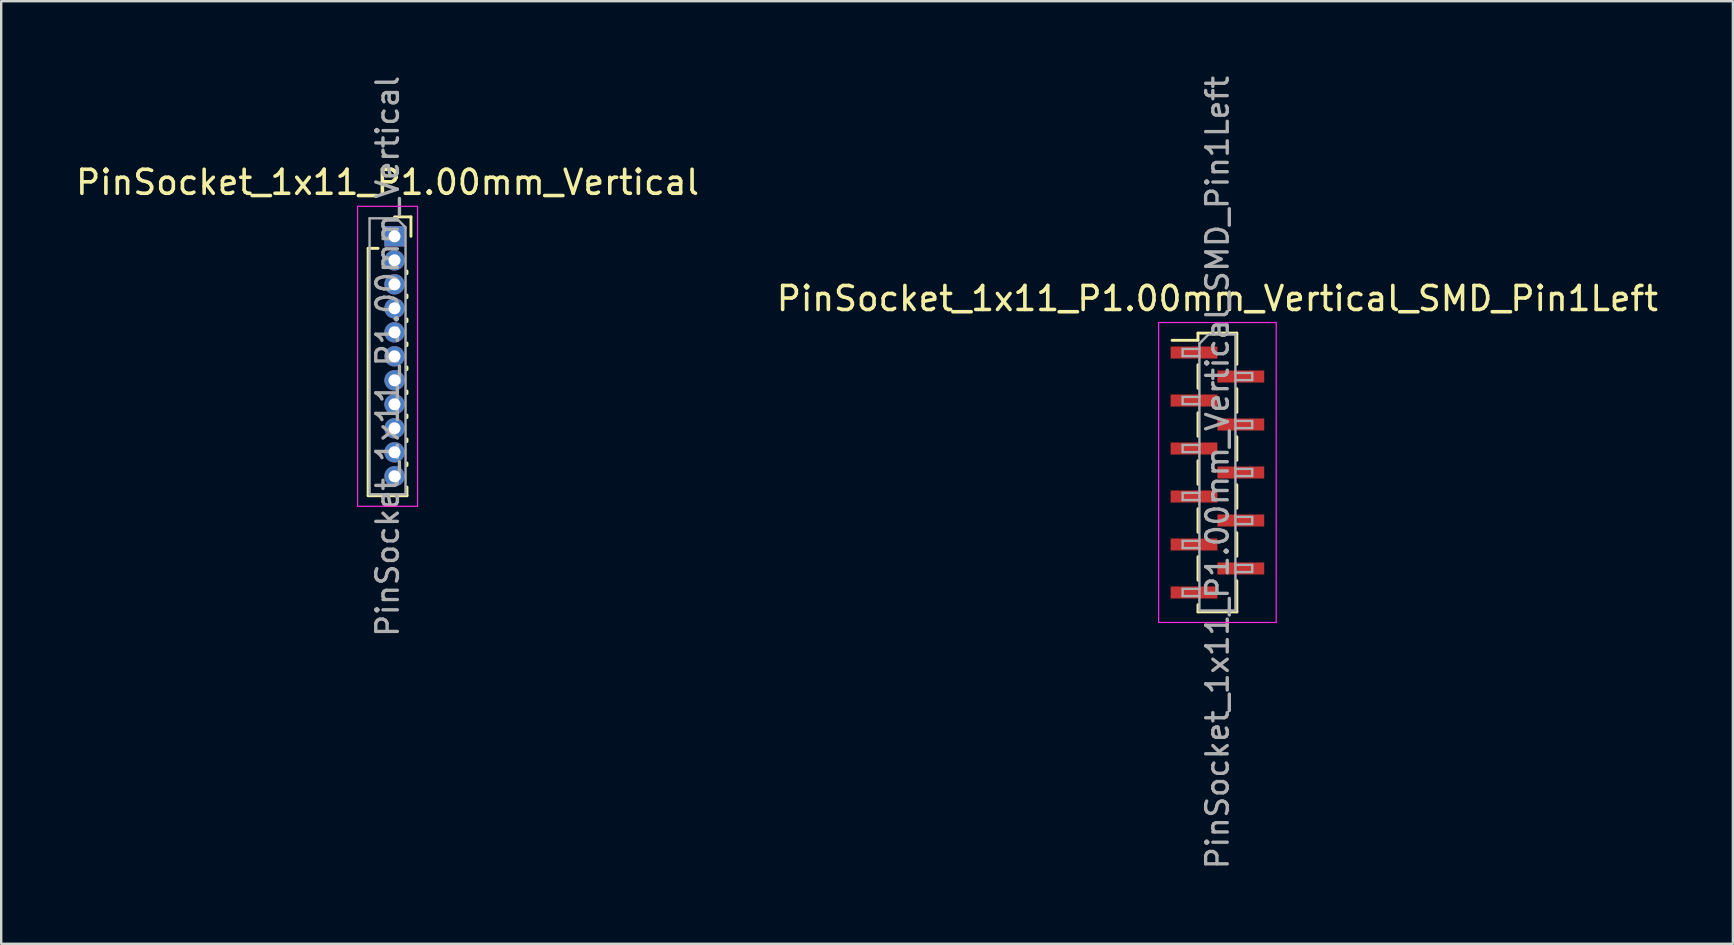
<source format=kicad_pcb>
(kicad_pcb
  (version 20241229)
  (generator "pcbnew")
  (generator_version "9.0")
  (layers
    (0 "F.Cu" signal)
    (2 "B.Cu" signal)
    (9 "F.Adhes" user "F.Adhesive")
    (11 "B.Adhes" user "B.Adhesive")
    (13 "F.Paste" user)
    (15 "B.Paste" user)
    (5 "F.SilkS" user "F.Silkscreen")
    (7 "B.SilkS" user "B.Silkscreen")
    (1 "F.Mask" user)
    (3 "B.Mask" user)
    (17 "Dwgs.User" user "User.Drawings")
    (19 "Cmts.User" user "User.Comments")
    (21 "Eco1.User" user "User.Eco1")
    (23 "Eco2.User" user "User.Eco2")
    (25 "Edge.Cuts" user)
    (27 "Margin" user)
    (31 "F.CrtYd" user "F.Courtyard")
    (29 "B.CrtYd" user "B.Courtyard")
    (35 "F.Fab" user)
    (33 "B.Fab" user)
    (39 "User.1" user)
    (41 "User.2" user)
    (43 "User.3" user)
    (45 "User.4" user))
  (footprint "PinSocket_1x11_P1.00mm_Vertical"
    (layer "F.Cu")
    (at 13.391 6.799)
    (property "Reference" "PinSocket_1x11_P1.00mm_Vertical" (at -0.29 -2.25 0) (layer "F.SilkS") (effects (font (size 1 1) (thickness 0.15))))
    (attr through_hole)
    (fp_line (start -1.1 0.5) (end -1.1 10.81) (stroke (width 0.12) (type solid)) (layer "F.SilkS"))
    (fp_line (start -1.1 0.5) (end -0.685 0.5) (stroke (width 0.12) (type solid)) (layer "F.SilkS"))
    (fp_line (start -1.1 10.81) (end 0.52 10.81) (stroke (width 0.12) (type solid)) (layer "F.SilkS"))
    (fp_line (start 0 -0.81) (end 0.685 -0.81) (stroke (width 0.12) (type solid)) (layer "F.SilkS"))
    (fp_line (start 0.52 1.446) (end 0.52 1.554) (stroke (width 0.12) (type solid)) (layer "F.SilkS"))
    (fp_line (start 0.52 2.446) (end 0.52 2.554) (stroke (width 0.12) (type solid)) (layer "F.SilkS"))
    (fp_line (start 0.52 3.446) (end 0.52 3.554) (stroke (width 0.12) (type solid)) (layer "F.SilkS"))
    (fp_line (start 0.52 4.446) (end 0.52 4.554) (stroke (width 0.12) (type solid)) (layer "F.SilkS"))
    (fp_line (start 0.52 5.446) (end 0.52 5.554) (stroke (width 0.12) (type solid)) (layer "F.SilkS"))
    (fp_line (start 0.52 6.446) (end 0.52 6.554) (stroke (width 0.12) (type solid)) (layer "F.SilkS"))
    (fp_line (start 0.52 7.446) (end 0.52 7.554) (stroke (width 0.12) (type solid)) (layer "F.SilkS"))
    (fp_line (start 0.52 8.446) (end 0.52 8.554) (stroke (width 0.12) (type solid)) (layer "F.SilkS"))
    (fp_line (start 0.52 9.446) (end 0.52 9.554) (stroke (width 0.12) (type solid)) (layer "F.SilkS"))
    (fp_line (start 0.52 10.446) (end 0.52 10.81) (stroke (width 0.12) (type solid)) (layer "F.SilkS"))
    (fp_line (start 0.685 -0.81) (end 0.685 0) (stroke (width 0.12) (type solid)) (layer "F.SilkS"))
    (fp_line (start -1.54 -1.25) (end 0.96 -1.25) (stroke (width 0.05) (type solid)) (layer "F.CrtYd"))
    (fp_line (start -1.54 11.25) (end -1.54 -1.25) (stroke (width 0.05) (type solid)) (layer "F.CrtYd"))
    (fp_line (start 0.96 -1.25) (end 0.96 11.25) (stroke (width 0.05) (type solid)) (layer "F.CrtYd"))
    (fp_line (start 0.96 11.25) (end -1.54 11.25) (stroke (width 0.05) (type solid)) (layer "F.CrtYd"))
    (fp_line (start -1.04 -0.75) (end 0.085 -0.75) (stroke (width 0.1) (type solid)) (layer "F.Fab"))
    (fp_line (start -1.04 10.75) (end -1.04 -0.75) (stroke (width 0.1) (type solid)) (layer "F.Fab"))
    (fp_line (start 0.085 -0.75) (end 0.46 -0.375) (stroke (width 0.1) (type solid)) (layer "F.Fab"))
    (fp_line (start 0.46 -0.375) (end 0.46 10.75) (stroke (width 0.1) (type solid)) (layer "F.Fab"))
    (fp_line (start 0.46 10.75) (end -1.04 10.75) (stroke (width 0.1) (type solid)) (layer "F.Fab"))
    (fp_text user "${REFERENCE}" (at -0.29 5 90) (layer "F.Fab") (effects (font (size 0.9 0.9) (thickness 0.14))))
    (pad "1" thru_hole rect (at 0 0) (size 0.85 0.85) (drill 0.5) (layers "*.Cu" "*.Mask"))
    (pad "2" thru_hole oval (at 0 1) (size 0.85 0.85) (drill 0.5) (layers "*.Cu" "*.Mask"))
    (pad "3" thru_hole oval (at 0 2) (size 0.85 0.85) (drill 0.5) (layers "*.Cu" "*.Mask"))
    (pad "4" thru_hole oval (at 0 3) (size 0.85 0.85) (drill 0.5) (layers "*.Cu" "*.Mask"))
    (pad "5" thru_hole oval (at 0 4) (size 0.85 0.85) (drill 0.5) (layers "*.Cu" "*.Mask"))
    (pad "6" thru_hole oval (at 0 5) (size 0.85 0.85) (drill 0.5) (layers "*.Cu" "*.Mask"))
    (pad "7" thru_hole oval (at 0 6) (size 0.85 0.85) (drill 0.5) (layers "*.Cu" "*.Mask"))
    (pad "8" thru_hole oval (at 0 7) (size 0.85 0.85) (drill 0.5) (layers "*.Cu" "*.Mask"))
    (pad "9" thru_hole oval (at 0 8) (size 0.85 0.85) (drill 0.5) (layers "*.Cu" "*.Mask"))
    (pad "10" thru_hole oval (at 0 9) (size 0.85 0.85) (drill 0.5) (layers "*.Cu" "*.Mask"))
    (pad "11" thru_hole oval (at 0 10) (size 0.85 0.85) (drill 0.5) (layers "*.Cu" "*.Mask")))
  (footprint "PinSocket_1x11_P1.00mm_Vertical_SMD_Pin1Left"
    (layer "F.Cu")
    (at 47.685 16.641)
    (property "Reference" "PinSocket_1x11_P1.00mm_Vertical_SMD_Pin1Left" (at 0 -7.25 0) (layer "F.SilkS") (effects (font (size 1 1) (thickness 0.15))))
    (attr smd)
    (fp_line (start -1.89 -5.51) (end -0.81 -5.51) (stroke (width 0.12) (type solid)) (layer "F.SilkS"))
    (fp_line (start -0.81 -5.81) (end -0.81 -5.51) (stroke (width 0.12) (type solid)) (layer "F.SilkS"))
    (fp_line (start -0.81 -5.81) (end 0.81 -5.81) (stroke (width 0.12) (type solid)) (layer "F.SilkS"))
    (fp_line (start -0.81 -4.49) (end -0.81 -3.51) (stroke (width 0.12) (type solid)) (layer "F.SilkS"))
    (fp_line (start -0.81 -2.49) (end -0.81 -1.51) (stroke (width 0.12) (type solid)) (layer "F.SilkS"))
    (fp_line (start -0.81 -0.49) (end -0.81 0.49) (stroke (width 0.12) (type solid)) (layer "F.SilkS"))
    (fp_line (start -0.81 1.51) (end -0.81 2.49) (stroke (width 0.12) (type solid)) (layer "F.SilkS"))
    (fp_line (start -0.81 3.51) (end -0.81 4.49) (stroke (width 0.12) (type solid)) (layer "F.SilkS"))
    (fp_line (start -0.81 5.51) (end -0.81 5.81) (stroke (width 0.12) (type solid)) (layer "F.SilkS"))
    (fp_line (start -0.81 5.81) (end 0.81 5.81) (stroke (width 0.12) (type solid)) (layer "F.SilkS"))
    (fp_line (start 0.81 -5.81) (end 0.81 -4.51) (stroke (width 0.12) (type solid)) (layer "F.SilkS"))
    (fp_line (start 0.81 -3.49) (end 0.81 -2.51) (stroke (width 0.12) (type solid)) (layer "F.SilkS"))
    (fp_line (start 0.81 -1.49) (end 0.81 -0.51) (stroke (width 0.12) (type solid)) (layer "F.SilkS"))
    (fp_line (start 0.81 0.51) (end 0.81 1.49) (stroke (width 0.12) (type solid)) (layer "F.SilkS"))
    (fp_line (start 0.81 2.51) (end 0.81 3.49) (stroke (width 0.12) (type solid)) (layer "F.SilkS"))
    (fp_line (start 0.81 4.51) (end 0.81 5.81) (stroke (width 0.12) (type solid)) (layer "F.SilkS"))
    (fp_line (start -2.45 -6.25) (end 2.45 -6.25) (stroke (width 0.05) (type solid)) (layer "F.CrtYd"))
    (fp_line (start -2.45 6.25) (end -2.45 -6.25) (stroke (width 0.05) (type solid)) (layer "F.CrtYd"))
    (fp_line (start 2.45 -6.25) (end 2.45 6.25) (stroke (width 0.05) (type solid)) (layer "F.CrtYd"))
    (fp_line (start 2.45 6.25) (end -2.45 6.25) (stroke (width 0.05) (type solid)) (layer "F.CrtYd"))
    (fp_line (start -1.45 -5.15) (end -0.75 -5.15) (stroke (width 0.1) (type solid)) (layer "F.Fab"))
    (fp_line (start -1.45 -4.85) (end -1.45 -5.15) (stroke (width 0.1) (type solid)) (layer "F.Fab"))
    (fp_line (start -1.45 -3.15) (end -0.75 -3.15) (stroke (width 0.1) (type solid)) (layer "F.Fab"))
    (fp_line (start -1.45 -2.85) (end -1.45 -3.15) (stroke (width 0.1) (type solid)) (layer "F.Fab"))
    (fp_line (start -1.45 -1.15) (end -0.75 -1.15) (stroke (width 0.1) (type solid)) (layer "F.Fab"))
    (fp_line (start -1.45 -0.85) (end -1.45 -1.15) (stroke (width 0.1) (type solid)) (layer "F.Fab"))
    (fp_line (start -1.45 0.85) (end -0.75 0.85) (stroke (width 0.1) (type solid)) (layer "F.Fab"))
    (fp_line (start -1.45 1.15) (end -1.45 0.85) (stroke (width 0.1) (type solid)) (layer "F.Fab"))
    (fp_line (start -1.45 2.85) (end -0.75 2.85) (stroke (width 0.1) (type solid)) (layer "F.Fab"))
    (fp_line (start -1.45 3.15) (end -1.45 2.85) (stroke (width 0.1) (type solid)) (layer "F.Fab"))
    (fp_line (start -1.45 4.85) (end -0.75 4.85) (stroke (width 0.1) (type solid)) (layer "F.Fab"))
    (fp_line (start -1.45 5.15) (end -1.45 4.85) (stroke (width 0.1) (type solid)) (layer "F.Fab"))
    (fp_line (start -0.75 -5.375) (end -0.375 -5.75) (stroke (width 0.1) (type solid)) (layer "F.Fab"))
    (fp_line (start -0.75 -4.85) (end -1.45 -4.85) (stroke (width 0.1) (type solid)) (layer "F.Fab"))
    (fp_line (start -0.75 -2.85) (end -1.45 -2.85) (stroke (width 0.1) (type solid)) (layer "F.Fab"))
    (fp_line (start -0.75 -0.85) (end -1.45 -0.85) (stroke (width 0.1) (type solid)) (layer "F.Fab"))
    (fp_line (start -0.75 1.15) (end -1.45 1.15) (stroke (width 0.1) (type solid)) (layer "F.Fab"))
    (fp_line (start -0.75 3.15) (end -1.45 3.15) (stroke (width 0.1) (type solid)) (layer "F.Fab"))
    (fp_line (start -0.75 5.15) (end -1.45 5.15) (stroke (width 0.1) (type solid)) (layer "F.Fab"))
    (fp_line (start -0.75 5.75) (end -0.75 -5.375) (stroke (width 0.1) (type solid)) (layer "F.Fab"))
    (fp_line (start -0.375 -5.75) (end 0.75 -5.75) (stroke (width 0.1) (type solid)) (layer "F.Fab"))
    (fp_line (start 0.75 -5.75) (end 0.75 5.75) (stroke (width 0.1) (type solid)) (layer "F.Fab"))
    (fp_line (start 0.75 -4.15) (end 1.45 -4.15) (stroke (width 0.1) (type solid)) (layer "F.Fab"))
    (fp_line (start 0.75 -2.15) (end 1.45 -2.15) (stroke (width 0.1) (type solid)) (layer "F.Fab"))
    (fp_line (start 0.75 -0.15) (end 1.45 -0.15) (stroke (width 0.1) (type solid)) (layer "F.Fab"))
    (fp_line (start 0.75 1.85) (end 1.45 1.85) (stroke (width 0.1) (type solid)) (layer "F.Fab"))
    (fp_line (start 0.75 3.85) (end 1.45 3.85) (stroke (width 0.1) (type solid)) (layer "F.Fab"))
    (fp_line (start 0.75 5.75) (end -0.75 5.75) (stroke (width 0.1) (type solid)) (layer "F.Fab"))
    (fp_line (start 1.45 -4.15) (end 1.45 -3.85) (stroke (width 0.1) (type solid)) (layer "F.Fab"))
    (fp_line (start 1.45 -3.85) (end 0.75 -3.85) (stroke (width 0.1) (type solid)) (layer "F.Fab"))
    (fp_line (start 1.45 -2.15) (end 1.45 -1.85) (stroke (width 0.1) (type solid)) (layer "F.Fab"))
    (fp_line (start 1.45 -1.85) (end 0.75 -1.85) (stroke (width 0.1) (type solid)) (layer "F.Fab"))
    (fp_line (start 1.45 -0.15) (end 1.45 0.15) (stroke (width 0.1) (type solid)) (layer "F.Fab"))
    (fp_line (start 1.45 0.15) (end 0.75 0.15) (stroke (width 0.1) (type solid)) (layer "F.Fab"))
    (fp_line (start 1.45 1.85) (end 1.45 2.15) (stroke (width 0.1) (type solid)) (layer "F.Fab"))
    (fp_line (start 1.45 2.15) (end 0.75 2.15) (stroke (width 0.1) (type solid)) (layer "F.Fab"))
    (fp_line (start 1.45 3.85) (end 1.45 4.15) (stroke (width 0.1) (type solid)) (layer "F.Fab"))
    (fp_line (start 1.45 4.15) (end 0.75 4.15) (stroke (width 0.1) (type solid)) (layer "F.Fab"))
    (fp_text user "${REFERENCE}" (at 0 0 90) (layer "F.Fab") (effects (font (size 0.9 0.9) (thickness 0.14))))
    (pad "1" smd rect (at -0.975 -5) (size 1.95 0.5) (layers "F.Cu" "F.Mask" "F.Paste"))
    (pad "2" smd rect (at 0.975 -4) (size 1.95 0.5) (layers "F.Cu" "F.Mask" "F.Paste"))
    (pad "3" smd rect (at -0.975 -3) (size 1.95 0.5) (layers "F.Cu" "F.Mask" "F.Paste"))
    (pad "4" smd rect (at 0.975 -2) (size 1.95 0.5) (layers "F.Cu" "F.Mask" "F.Paste"))
    (pad "5" smd rect (at -0.975 -1) (size 1.95 0.5) (layers "F.Cu" "F.Mask" "F.Paste"))
    (pad "6" smd rect (at 0.975 0) (size 1.95 0.5) (layers "F.Cu" "F.Mask" "F.Paste"))
    (pad "7" smd rect (at -0.975 1) (size 1.95 0.5) (layers "F.Cu" "F.Mask" "F.Paste"))
    (pad "8" smd rect (at 0.975 2) (size 1.95 0.5) (layers "F.Cu" "F.Mask" "F.Paste"))
    (pad "9" smd rect (at -0.975 3) (size 1.95 0.5) (layers "F.Cu" "F.Mask" "F.Paste"))
    (pad "10" smd rect (at 0.975 4) (size 1.95 0.5) (layers "F.Cu" "F.Mask" "F.Paste"))
    (pad "11" smd rect (at -0.975 5) (size 1.95 0.5) (layers "F.Cu" "F.Mask" "F.Paste")))
  (gr_rect
    (start -3 -3)
    (end 69.167 36.283)
    (stroke (width 0.1) (type default))
    (fill no)
    (layer "Edge.Cuts")))
</source>
